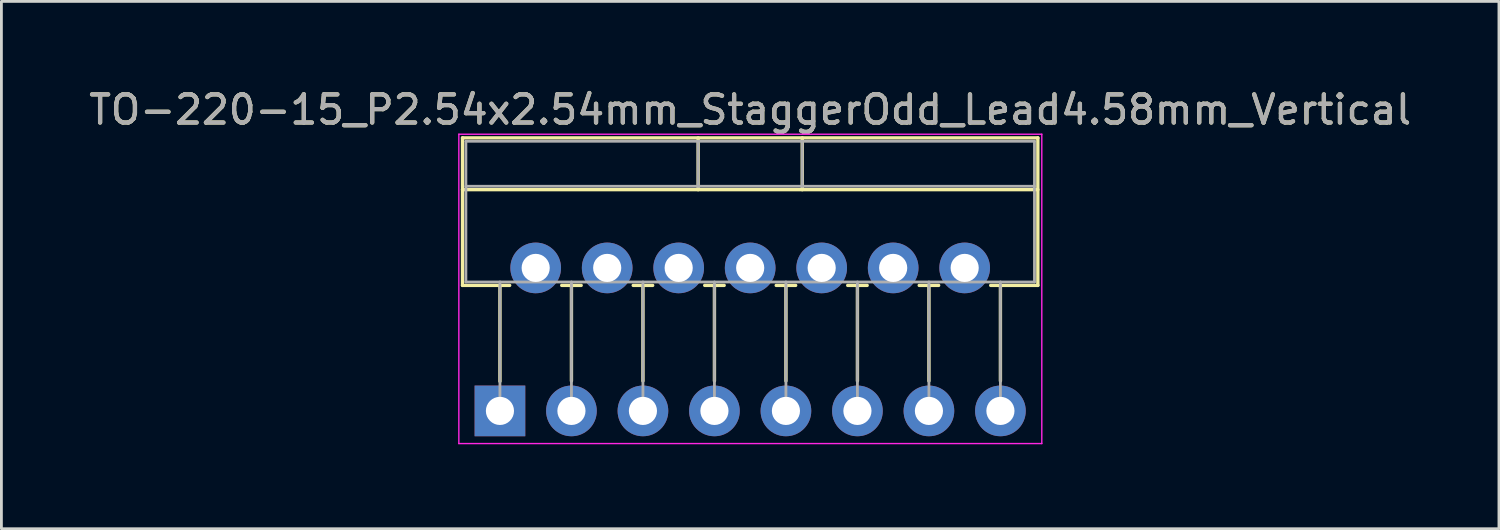
<source format=kicad_pcb>
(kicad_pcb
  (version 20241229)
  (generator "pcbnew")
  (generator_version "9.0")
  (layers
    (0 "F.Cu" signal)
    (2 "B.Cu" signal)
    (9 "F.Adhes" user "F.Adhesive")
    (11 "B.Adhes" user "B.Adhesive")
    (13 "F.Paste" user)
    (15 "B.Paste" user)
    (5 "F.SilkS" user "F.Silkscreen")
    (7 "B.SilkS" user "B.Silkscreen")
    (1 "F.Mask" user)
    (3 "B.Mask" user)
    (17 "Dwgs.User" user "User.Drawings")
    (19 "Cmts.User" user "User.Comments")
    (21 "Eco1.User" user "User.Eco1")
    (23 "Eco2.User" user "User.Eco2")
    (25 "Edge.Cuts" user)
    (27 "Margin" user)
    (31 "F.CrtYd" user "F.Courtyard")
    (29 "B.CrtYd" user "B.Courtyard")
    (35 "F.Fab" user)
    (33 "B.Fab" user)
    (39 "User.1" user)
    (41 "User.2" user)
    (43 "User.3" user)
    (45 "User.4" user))
  (footprint "TO-220-15_P2.54x2.54mm_StaggerOdd_Lead4.58mm_Vertical"
    (layer "F.Cu")
    (at 14.711 11.548)
    (property "Reference" "TO-220-15_P2.54x2.54mm_StaggerOdd_Lead4.58mm_Vertical" (at 8.89 -10.7 0) (layer "F.SilkS") (effects (font (size 1 1) (thickness 0.15))))
    (attr through_hole)
    (fp_line (start -1.33 -9.7) (end -1.33 -4.459) (stroke (width 0.12) (type solid)) (layer "F.SilkS"))
    (fp_line (start -1.33 -9.7) (end 19.11 -9.7) (stroke (width 0.12) (type solid)) (layer "F.SilkS"))
    (fp_line (start -1.33 -7.86) (end 19.11 -7.86) (stroke (width 0.12) (type solid)) (layer "F.SilkS"))
    (fp_line (start -1.33 -4.459) (end 0.346 -4.459) (stroke (width 0.12) (type solid)) (layer "F.SilkS"))
    (fp_line (start 0 -4.459) (end 0 -1.05) (stroke (width 0.12) (type solid)) (layer "F.SilkS"))
    (fp_line (start 2.195 -4.459) (end 2.886 -4.459) (stroke (width 0.12) (type solid)) (layer "F.SilkS"))
    (fp_line (start 2.54 -4.459) (end 2.54 -1.065) (stroke (width 0.12) (type solid)) (layer "F.SilkS"))
    (fp_line (start 4.735 -4.459) (end 5.426 -4.459) (stroke (width 0.12) (type solid)) (layer "F.SilkS"))
    (fp_line (start 5.08 -4.459) (end 5.08 -1.065) (stroke (width 0.12) (type solid)) (layer "F.SilkS"))
    (fp_line (start 7.041 -9.7) (end 7.041 -7.86) (stroke (width 0.12) (type solid)) (layer "F.SilkS"))
    (fp_line (start 7.275 -4.459) (end 7.966 -4.459) (stroke (width 0.12) (type solid)) (layer "F.SilkS"))
    (fp_line (start 7.62 -4.459) (end 7.62 -1.065) (stroke (width 0.12) (type solid)) (layer "F.SilkS"))
    (fp_line (start 9.815 -4.459) (end 10.506 -4.459) (stroke (width 0.12) (type solid)) (layer "F.SilkS"))
    (fp_line (start 10.16 -4.459) (end 10.16 -1.065) (stroke (width 0.12) (type solid)) (layer "F.SilkS"))
    (fp_line (start 10.74 -9.7) (end 10.74 -7.86) (stroke (width 0.12) (type solid)) (layer "F.SilkS"))
    (fp_line (start 12.355 -4.459) (end 13.046 -4.459) (stroke (width 0.12) (type solid)) (layer "F.SilkS"))
    (fp_line (start 12.7 -4.459) (end 12.7 -1.065) (stroke (width 0.12) (type solid)) (layer "F.SilkS"))
    (fp_line (start 14.895 -4.459) (end 15.586 -4.459) (stroke (width 0.12) (type solid)) (layer "F.SilkS"))
    (fp_line (start 15.24 -4.459) (end 15.24 -1.065) (stroke (width 0.12) (type solid)) (layer "F.SilkS"))
    (fp_line (start 17.435 -4.459) (end 19.11 -4.459) (stroke (width 0.12) (type solid)) (layer "F.SilkS"))
    (fp_line (start 17.78 -4.459) (end 17.78 -1.065) (stroke (width 0.12) (type solid)) (layer "F.SilkS"))
    (fp_line (start 19.11 -9.7) (end 19.11 -4.459) (stroke (width 0.12) (type solid)) (layer "F.SilkS"))
    (fp_line (start -1.46 -9.83) (end -1.46 1.16) (stroke (width 0.05) (type solid)) (layer "F.CrtYd"))
    (fp_line (start -1.46 1.16) (end 19.25 1.16) (stroke (width 0.05) (type solid)) (layer "F.CrtYd"))
    (fp_line (start 19.25 -9.83) (end -1.46 -9.83) (stroke (width 0.05) (type solid)) (layer "F.CrtYd"))
    (fp_line (start 19.25 1.16) (end 19.25 -9.83) (stroke (width 0.05) (type solid)) (layer "F.CrtYd"))
    (fp_line (start -1.21 -9.58) (end -1.21 -4.58) (stroke (width 0.1) (type solid)) (layer "F.Fab"))
    (fp_line (start -1.21 -7.98) (end 18.99 -7.98) (stroke (width 0.1) (type solid)) (layer "F.Fab"))
    (fp_line (start -1.21 -4.58) (end 18.99 -4.58) (stroke (width 0.1) (type solid)) (layer "F.Fab"))
    (fp_line (start 0 -4.58) (end 0 0) (stroke (width 0.1) (type solid)) (layer "F.Fab"))
    (fp_line (start 2.54 -4.58) (end 2.54 0) (stroke (width 0.1) (type solid)) (layer "F.Fab"))
    (fp_line (start 5.08 -4.58) (end 5.08 0) (stroke (width 0.1) (type solid)) (layer "F.Fab"))
    (fp_line (start 7.04 -9.58) (end 7.04 -7.98) (stroke (width 0.1) (type solid)) (layer "F.Fab"))
    (fp_line (start 7.62 -4.58) (end 7.62 0) (stroke (width 0.1) (type solid)) (layer "F.Fab"))
    (fp_line (start 10.16 -4.58) (end 10.16 0) (stroke (width 0.1) (type solid)) (layer "F.Fab"))
    (fp_line (start 10.74 -9.58) (end 10.74 -7.98) (stroke (width 0.1) (type solid)) (layer "F.Fab"))
    (fp_line (start 12.7 -4.58) (end 12.7 0) (stroke (width 0.1) (type solid)) (layer "F.Fab"))
    (fp_line (start 15.24 -4.58) (end 15.24 0) (stroke (width 0.1) (type solid)) (layer "F.Fab"))
    (fp_line (start 17.78 -4.58) (end 17.78 0) (stroke (width 0.1) (type solid)) (layer "F.Fab"))
    (fp_line (start 18.99 -9.58) (end -1.21 -9.58) (stroke (width 0.1) (type solid)) (layer "F.Fab"))
    (fp_line (start 18.99 -4.58) (end 18.99 -9.58) (stroke (width 0.1) (type solid)) (layer "F.Fab"))
    (fp_text user "${REFERENCE}" (at 8.89 -10.7 0) (layer "F.Fab") (effects (font (size 1 1) (thickness 0.15))))
    (pad "1" thru_hole rect (at 0 0) (size 1.8 1.8) (drill 1) (layers "*.Cu" "*.Mask"))
    (pad "2" thru_hole oval (at 1.27 -5.08) (size 1.8 1.8) (drill 1) (layers "*.Cu" "*.Mask"))
    (pad "3" thru_hole oval (at 2.54 0) (size 1.8 1.8) (drill 1) (layers "*.Cu" "*.Mask"))
    (pad "4" thru_hole oval (at 3.81 -5.08) (size 1.8 1.8) (drill 1) (layers "*.Cu" "*.Mask"))
    (pad "5" thru_hole oval (at 5.08 0) (size 1.8 1.8) (drill 1) (layers "*.Cu" "*.Mask"))
    (pad "6" thru_hole oval (at 6.35 -5.08) (size 1.8 1.8) (drill 1) (layers "*.Cu" "*.Mask"))
    (pad "7" thru_hole oval (at 7.62 0) (size 1.8 1.8) (drill 1) (layers "*.Cu" "*.Mask"))
    (pad "8" thru_hole oval (at 8.89 -5.08) (size 1.8 1.8) (drill 1) (layers "*.Cu" "*.Mask"))
    (pad "9" thru_hole oval (at 10.16 0) (size 1.8 1.8) (drill 1) (layers "*.Cu" "*.Mask"))
    (pad "10" thru_hole oval (at 11.43 -5.08) (size 1.8 1.8) (drill 1) (layers "*.Cu" "*.Mask"))
    (pad "11" thru_hole oval (at 12.7 0) (size 1.8 1.8) (drill 1) (layers "*.Cu" "*.Mask"))
    (pad "12" thru_hole oval (at 13.97 -5.08) (size 1.8 1.8) (drill 1) (layers "*.Cu" "*.Mask"))
    (pad "13" thru_hole oval (at 15.24 0) (size 1.8 1.8) (drill 1) (layers "*.Cu" "*.Mask"))
    (pad "14" thru_hole oval (at 16.51 -5.08) (size 1.8 1.8) (drill 1) (layers "*.Cu" "*.Mask"))
    (pad "15" thru_hole oval (at 17.78 0) (size 1.8 1.8) (drill 1) (layers "*.Cu" "*.Mask")))
  (gr_rect
    (start -3 -3)
    (end 50.202 15.733)
    (stroke (width 0.1) (type default))
    (fill no)
    (layer "Edge.Cuts")))
</source>
